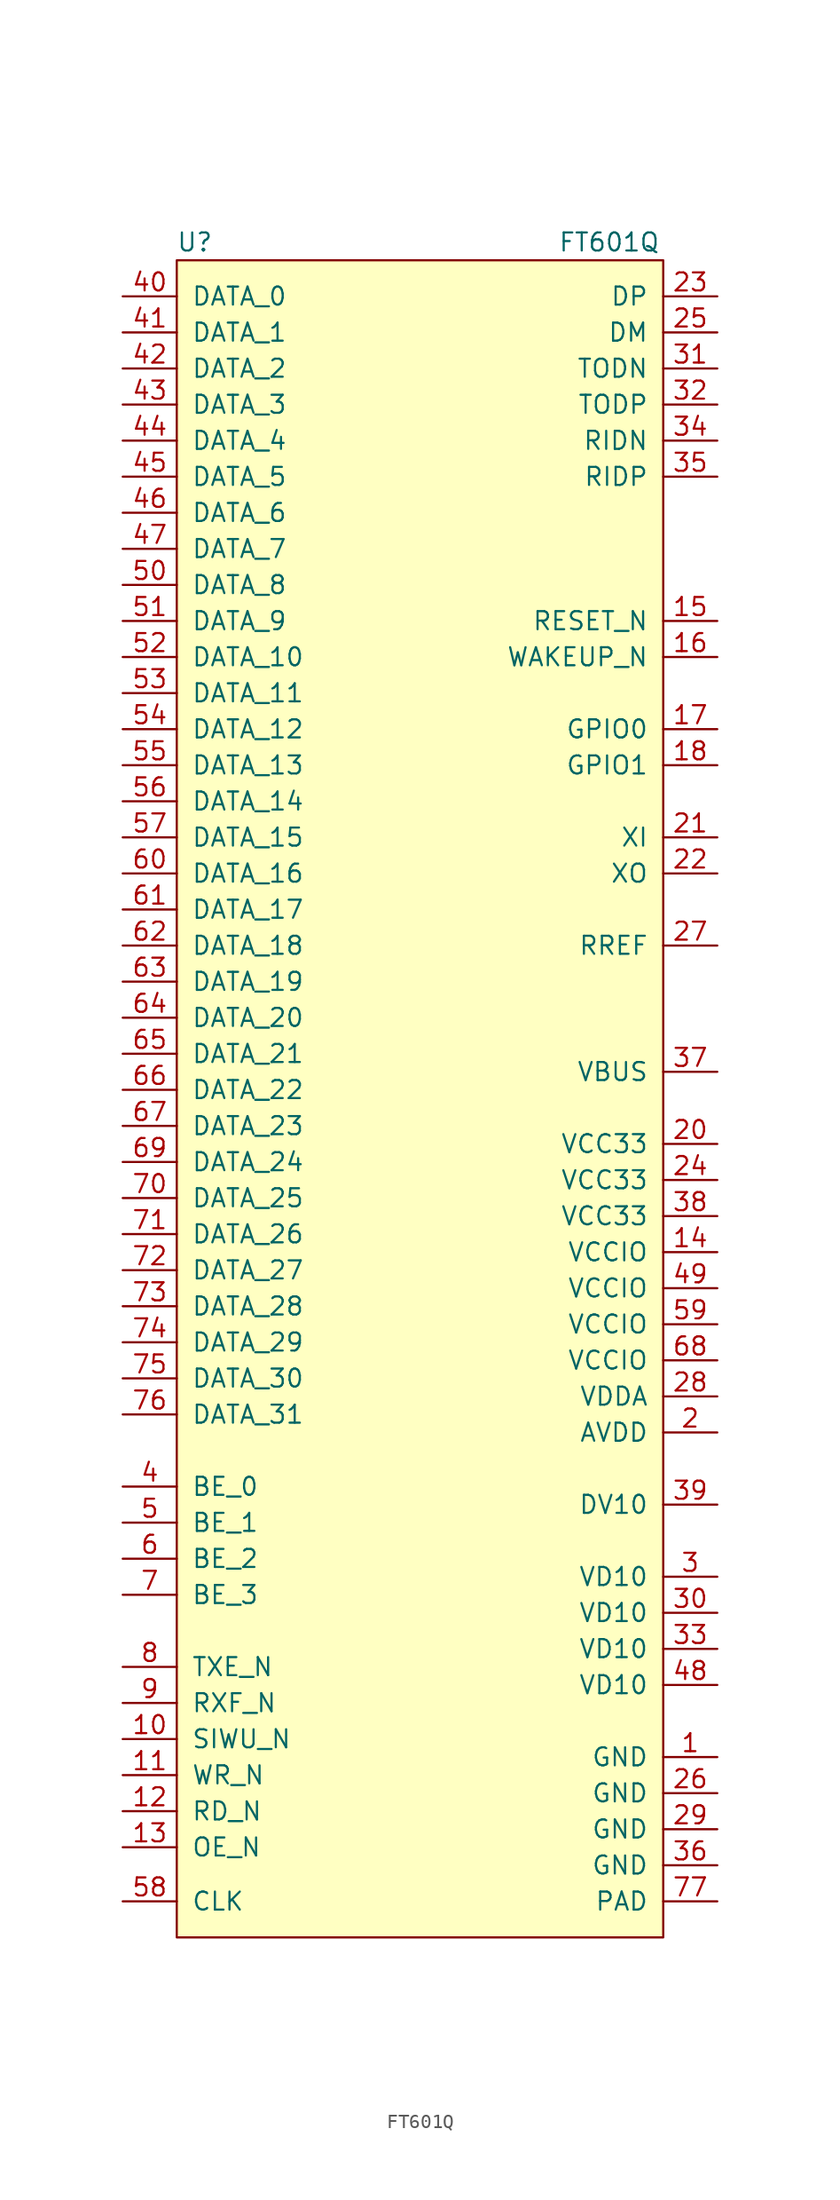
<source format=kicad_sym>
(kicad_symbol_lib
  (version 20211014)
  (generator kicad_symbol_editor)
  (symbol "FT601Q"
    (pin_names
      (offset 1.016))
    (property "Reference" "U"
      (at 1.27 1.27 0)
      (effects (font (size 1.27 1.27))))
    (property "Value" "FT601Q"
      (at 30.48 1.27 0)
      (effects (font (size 1.27 1.27))))
    (symbol "FT601Q_0_1"
      (rectangle (start 0 0) (end 34.29 -118.11) (stroke (width 0) (type default) (color 0 0 0 0)) (fill (type background))))
    (symbol "FT601Q_1_1"
      (pin power_in line (at 38.1 -105.41 180) (length 3.81) (name "GND" (effects (font (size 1.27 1.27)))) (number "1" (effects (font (size 1.27 1.27)))))
      (pin input line (at -3.81 -104.14 0) (length 3.81) (name "SIWU_N" (effects (font (size 1.27 1.27)))) (number "10" (effects (font (size 1.27 1.27)))))
      (pin input line (at -3.81 -106.68 0) (length 3.81) (name "WR_N" (effects (font (size 1.27 1.27)))) (number "11" (effects (font (size 1.27 1.27)))))
      (pin input line (at -3.81 -109.22 0) (length 3.81) (name "RD_N" (effects (font (size 1.27 1.27)))) (number "12" (effects (font (size 1.27 1.27)))))
      (pin input line (at -3.81 -111.76 0) (length 3.81) (name "OE_N" (effects (font (size 1.27 1.27)))) (number "13" (effects (font (size 1.27 1.27)))))
      (pin power_in line (at 38.1 -69.85 180) (length 3.81) (name "VCCIO" (effects (font (size 1.27 1.27)))) (number "14" (effects (font (size 1.27 1.27)))))
      (pin input line (at 38.1 -25.4 180) (length 3.81) (name "RESET_N" (effects (font (size 1.27 1.27)))) (number "15" (effects (font (size 1.27 1.27)))))
      (pin bidirectional line (at 38.1 -27.94 180) (length 3.81) (name "WAKEUP_N" (effects (font (size 1.27 1.27)))) (number "16" (effects (font (size 1.27 1.27)))))
      (pin bidirectional line (at 38.1 -33.02 180) (length 3.81) (name "GPIO0" (effects (font (size 1.27 1.27)))) (number "17" (effects (font (size 1.27 1.27)))))
      (pin bidirectional line (at 38.1 -35.56 180) (length 3.81) (name "GPIO1" (effects (font (size 1.27 1.27)))) (number "18" (effects (font (size 1.27 1.27)))))
      (pin power_in line (at 38.1 -82.55 180) (length 3.81) (name "AVDD" (effects (font (size 1.27 1.27)))) (number "2" (effects (font (size 1.27 1.27)))))
      (pin power_in line (at 38.1 -62.23 180) (length 3.81) (name "VCC33" (effects (font (size 1.27 1.27)))) (number "20" (effects (font (size 1.27 1.27)))))
      (pin passive line (at 38.1 -40.64 180) (length 3.81) (name "XI" (effects (font (size 1.27 1.27)))) (number "21" (effects (font (size 1.27 1.27)))))
      (pin passive line (at 38.1 -43.18 180) (length 3.81) (name "XO" (effects (font (size 1.27 1.27)))) (number "22" (effects (font (size 1.27 1.27)))))
      (pin passive line (at 38.1 -2.54 180) (length 3.81) (name "DP" (effects (font (size 1.27 1.27)))) (number "23" (effects (font (size 1.27 1.27)))))
      (pin power_in line (at 38.1 -64.77 180) (length 3.81) (name "VCC33" (effects (font (size 1.27 1.27)))) (number "24" (effects (font (size 1.27 1.27)))))
      (pin passive line (at 38.1 -5.08 180) (length 3.81) (name "DM" (effects (font (size 1.27 1.27)))) (number "25" (effects (font (size 1.27 1.27)))))
      (pin power_in line (at 38.1 -107.95 180) (length 3.81) (name "GND" (effects (font (size 1.27 1.27)))) (number "26" (effects (font (size 1.27 1.27)))))
      (pin passive line (at 38.1 -48.26 180) (length 3.81) (name "RREF" (effects (font (size 1.27 1.27)))) (number "27" (effects (font (size 1.27 1.27)))))
      (pin power_in line (at 38.1 -80.01 180) (length 3.81) (name "VDDA" (effects (font (size 1.27 1.27)))) (number "28" (effects (font (size 1.27 1.27)))))
      (pin power_in line (at 38.1 -110.49 180) (length 3.81) (name "GND" (effects (font (size 1.27 1.27)))) (number "29" (effects (font (size 1.27 1.27)))))
      (pin power_in line (at 38.1 -92.71 180) (length 3.81) (name "VD10" (effects (font (size 1.27 1.27)))) (number "3" (effects (font (size 1.27 1.27)))))
      (pin power_in line (at 38.1 -95.25 180) (length 3.81) (name "VD10" (effects (font (size 1.27 1.27)))) (number "30" (effects (font (size 1.27 1.27)))))
      (pin passive line (at 38.1 -7.62 180) (length 3.81) (name "TODN" (effects (font (size 1.27 1.27)))) (number "31" (effects (font (size 1.27 1.27)))))
      (pin passive line (at 38.1 -10.16 180) (length 3.81) (name "TODP" (effects (font (size 1.27 1.27)))) (number "32" (effects (font (size 1.27 1.27)))))
      (pin power_in line (at 38.1 -97.79 180) (length 3.81) (name "VD10" (effects (font (size 1.27 1.27)))) (number "33" (effects (font (size 1.27 1.27)))))
      (pin passive line (at 38.1 -12.7 180) (length 3.81) (name "RIDN" (effects (font (size 1.27 1.27)))) (number "34" (effects (font (size 1.27 1.27)))))
      (pin passive line (at 38.1 -15.24 180) (length 3.81) (name "RIDP" (effects (font (size 1.27 1.27)))) (number "35" (effects (font (size 1.27 1.27)))))
      (pin power_in line (at 38.1 -113.03 180) (length 3.81) (name "GND" (effects (font (size 1.27 1.27)))) (number "36" (effects (font (size 1.27 1.27)))))
      (pin power_in line (at 38.1 -57.15 180) (length 3.81) (name "VBUS" (effects (font (size 1.27 1.27)))) (number "37" (effects (font (size 1.27 1.27)))))
      (pin power_in line (at 38.1 -67.31 180) (length 3.81) (name "VCC33" (effects (font (size 1.27 1.27)))) (number "38" (effects (font (size 1.27 1.27)))))
      (pin power_out line (at 38.1 -87.63 180) (length 3.81) (name "DV10" (effects (font (size 1.27 1.27)))) (number "39" (effects (font (size 1.27 1.27)))))
      (pin bidirectional line (at -3.81 -86.36 0) (length 3.81) (name "BE_0" (effects (font (size 1.27 1.27)))) (number "4" (effects (font (size 1.27 1.27)))))
      (pin bidirectional line (at -3.81 -2.54 0) (length 3.81) (name "DATA_0" (effects (font (size 1.27 1.27)))) (number "40" (effects (font (size 1.27 1.27)))))
      (pin bidirectional line (at -3.81 -5.08 0) (length 3.81) (name "DATA_1" (effects (font (size 1.27 1.27)))) (number "41" (effects (font (size 1.27 1.27)))))
      (pin bidirectional line (at -3.81 -7.62 0) (length 3.81) (name "DATA_2" (effects (font (size 1.27 1.27)))) (number "42" (effects (font (size 1.27 1.27)))))
      (pin bidirectional line (at -3.81 -10.16 0) (length 3.81) (name "DATA_3" (effects (font (size 1.27 1.27)))) (number "43" (effects (font (size 1.27 1.27)))))
      (pin bidirectional line (at -3.81 -12.7 0) (length 3.81) (name "DATA_4" (effects (font (size 1.27 1.27)))) (number "44" (effects (font (size 1.27 1.27)))))
      (pin bidirectional line (at -3.81 -15.24 0) (length 3.81) (name "DATA_5" (effects (font (size 1.27 1.27)))) (number "45" (effects (font (size 1.27 1.27)))))
      (pin bidirectional line (at -3.81 -17.78 0) (length 3.81) (name "DATA_6" (effects (font (size 1.27 1.27)))) (number "46" (effects (font (size 1.27 1.27)))))
      (pin bidirectional line (at -3.81 -20.32 0) (length 3.81) (name "DATA_7" (effects (font (size 1.27 1.27)))) (number "47" (effects (font (size 1.27 1.27)))))
      (pin power_in line (at 38.1 -100.33 180) (length 3.81) (name "VD10" (effects (font (size 1.27 1.27)))) (number "48" (effects (font (size 1.27 1.27)))))
      (pin power_in line (at 38.1 -72.39 180) (length 3.81) (name "VCCIO" (effects (font (size 1.27 1.27)))) (number "49" (effects (font (size 1.27 1.27)))))
      (pin bidirectional line (at -3.81 -88.9 0) (length 3.81) (name "BE_1" (effects (font (size 1.27 1.27)))) (number "5" (effects (font (size 1.27 1.27)))))
      (pin bidirectional line (at -3.81 -22.86 0) (length 3.81) (name "DATA_8" (effects (font (size 1.27 1.27)))) (number "50" (effects (font (size 1.27 1.27)))))
      (pin bidirectional line (at -3.81 -25.4 0) (length 3.81) (name "DATA_9" (effects (font (size 1.27 1.27)))) (number "51" (effects (font (size 1.27 1.27)))))
      (pin bidirectional line (at -3.81 -27.94 0) (length 3.81) (name "DATA_10" (effects (font (size 1.27 1.27)))) (number "52" (effects (font (size 1.27 1.27)))))
      (pin bidirectional line (at -3.81 -30.48 0) (length 3.81) (name "DATA_11" (effects (font (size 1.27 1.27)))) (number "53" (effects (font (size 1.27 1.27)))))
      (pin bidirectional line (at -3.81 -33.02 0) (length 3.81) (name "DATA_12" (effects (font (size 1.27 1.27)))) (number "54" (effects (font (size 1.27 1.27)))))
      (pin bidirectional line (at -3.81 -35.56 0) (length 3.81) (name "DATA_13" (effects (font (size 1.27 1.27)))) (number "55" (effects (font (size 1.27 1.27)))))
      (pin bidirectional line (at -3.81 -38.1 0) (length 3.81) (name "DATA_14" (effects (font (size 1.27 1.27)))) (number "56" (effects (font (size 1.27 1.27)))))
      (pin bidirectional line (at -3.81 -40.64 0) (length 3.81) (name "DATA_15" (effects (font (size 1.27 1.27)))) (number "57" (effects (font (size 1.27 1.27)))))
      (pin output line (at -3.81 -115.57 0) (length 3.81) (name "CLK" (effects (font (size 1.27 1.27)))) (number "58" (effects (font (size 1.27 1.27)))))
      (pin power_in line (at 38.1 -74.93 180) (length 3.81) (name "VCCIO" (effects (font (size 1.27 1.27)))) (number "59" (effects (font (size 1.27 1.27)))))
      (pin bidirectional line (at -3.81 -91.44 0) (length 3.81) (name "BE_2" (effects (font (size 1.27 1.27)))) (number "6" (effects (font (size 1.27 1.27)))))
      (pin bidirectional line (at -3.81 -43.18 0) (length 3.81) (name "DATA_16" (effects (font (size 1.27 1.27)))) (number "60" (effects (font (size 1.27 1.27)))))
      (pin bidirectional line (at -3.81 -45.72 0) (length 3.81) (name "DATA_17" (effects (font (size 1.27 1.27)))) (number "61" (effects (font (size 1.27 1.27)))))
      (pin bidirectional line (at -3.81 -48.26 0) (length 3.81) (name "DATA_18" (effects (font (size 1.27 1.27)))) (number "62" (effects (font (size 1.27 1.27)))))
      (pin bidirectional line (at -3.81 -50.8 0) (length 3.81) (name "DATA_19" (effects (font (size 1.27 1.27)))) (number "63" (effects (font (size 1.27 1.27)))))
      (pin bidirectional line (at -3.81 -53.34 0) (length 3.81) (name "DATA_20" (effects (font (size 1.27 1.27)))) (number "64" (effects (font (size 1.27 1.27)))))
      (pin bidirectional line (at -3.81 -55.88 0) (length 3.81) (name "DATA_21" (effects (font (size 1.27 1.27)))) (number "65" (effects (font (size 1.27 1.27)))))
      (pin bidirectional line (at -3.81 -58.42 0) (length 3.81) (name "DATA_22" (effects (font (size 1.27 1.27)))) (number "66" (effects (font (size 1.27 1.27)))))
      (pin bidirectional line (at -3.81 -60.96 0) (length 3.81) (name "DATA_23" (effects (font (size 1.27 1.27)))) (number "67" (effects (font (size 1.27 1.27)))))
      (pin power_in line (at 38.1 -77.47 180) (length 3.81) (name "VCCIO" (effects (font (size 1.27 1.27)))) (number "68" (effects (font (size 1.27 1.27)))))
      (pin bidirectional line (at -3.81 -63.5 0) (length 3.81) (name "DATA_24" (effects (font (size 1.27 1.27)))) (number "69" (effects (font (size 1.27 1.27)))))
      (pin bidirectional line (at -3.81 -93.98 0) (length 3.81) (name "BE_3" (effects (font (size 1.27 1.27)))) (number "7" (effects (font (size 1.27 1.27)))))
      (pin bidirectional line (at -3.81 -66.04 0) (length 3.81) (name "DATA_25" (effects (font (size 1.27 1.27)))) (number "70" (effects (font (size 1.27 1.27)))))
      (pin bidirectional line (at -3.81 -68.58 0) (length 3.81) (name "DATA_26" (effects (font (size 1.27 1.27)))) (number "71" (effects (font (size 1.27 1.27)))))
      (pin bidirectional line (at -3.81 -71.12 0) (length 3.81) (name "DATA_27" (effects (font (size 1.27 1.27)))) (number "72" (effects (font (size 1.27 1.27)))))
      (pin bidirectional line (at -3.81 -73.66 0) (length 3.81) (name "DATA_28" (effects (font (size 1.27 1.27)))) (number "73" (effects (font (size 1.27 1.27)))))
      (pin bidirectional line (at -3.81 -76.2 0) (length 3.81) (name "DATA_29" (effects (font (size 1.27 1.27)))) (number "74" (effects (font (size 1.27 1.27)))))
      (pin bidirectional line (at -3.81 -78.74 0) (length 3.81) (name "DATA_30" (effects (font (size 1.27 1.27)))) (number "75" (effects (font (size 1.27 1.27)))))
      (pin bidirectional line (at -3.81 -81.28 0) (length 3.81) (name "DATA_31" (effects (font (size 1.27 1.27)))) (number "76" (effects (font (size 1.27 1.27)))))
      (pin passive line (at 38.1 -115.57 180) (length 3.81) (name "PAD" (effects (font (size 1.27 1.27)))) (number "77" (effects (font (size 1.27 1.27)))))
      (pin output line (at -3.81 -99.06 0) (length 3.81) (name "TXE_N" (effects (font (size 1.27 1.27)))) (number "8" (effects (font (size 1.27 1.27)))))
      (pin output line (at -3.81 -101.6 0) (length 3.81) (name "RXF_N" (effects (font (size 1.27 1.27)))) (number "9" (effects (font (size 1.27 1.27))))))))
</source>
